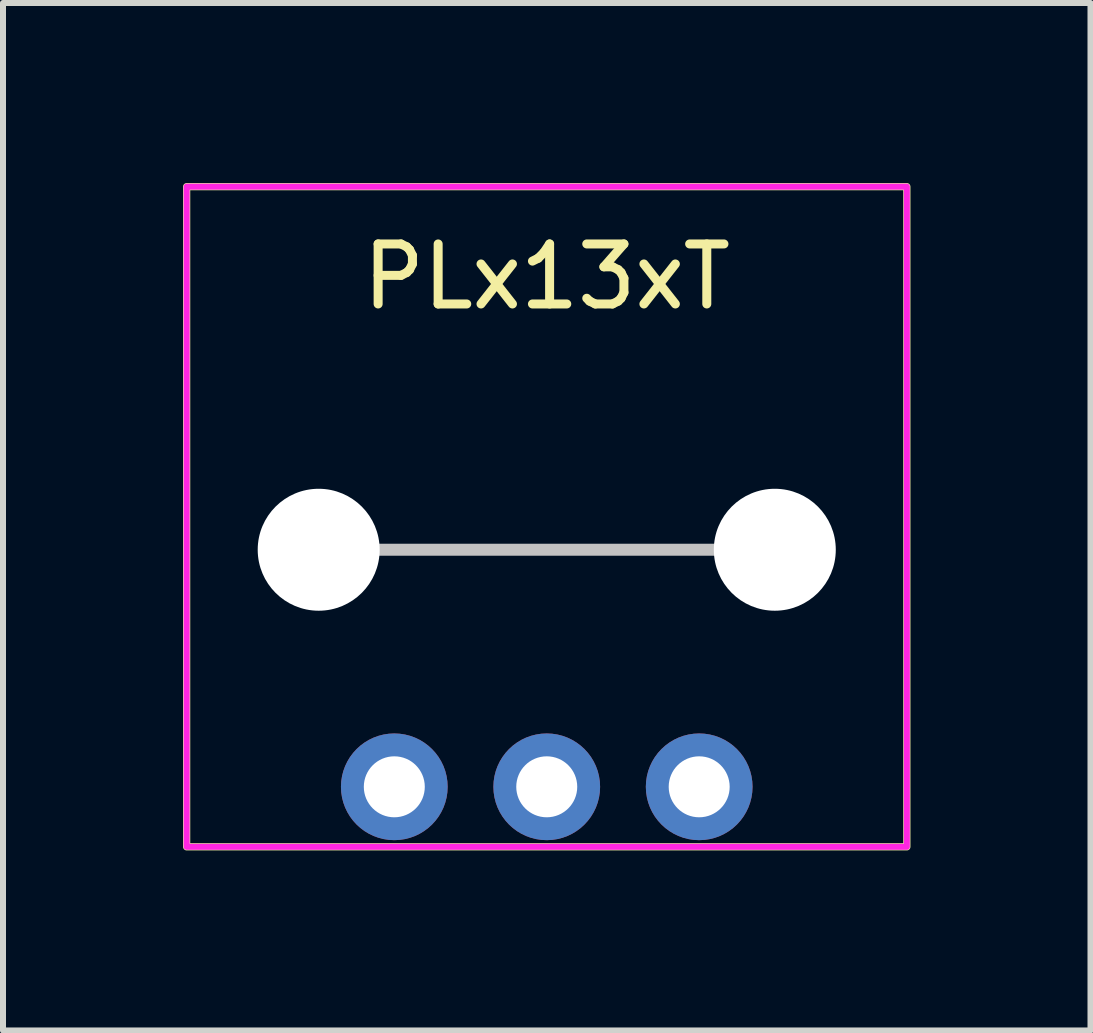
<source format=kicad_pcb>
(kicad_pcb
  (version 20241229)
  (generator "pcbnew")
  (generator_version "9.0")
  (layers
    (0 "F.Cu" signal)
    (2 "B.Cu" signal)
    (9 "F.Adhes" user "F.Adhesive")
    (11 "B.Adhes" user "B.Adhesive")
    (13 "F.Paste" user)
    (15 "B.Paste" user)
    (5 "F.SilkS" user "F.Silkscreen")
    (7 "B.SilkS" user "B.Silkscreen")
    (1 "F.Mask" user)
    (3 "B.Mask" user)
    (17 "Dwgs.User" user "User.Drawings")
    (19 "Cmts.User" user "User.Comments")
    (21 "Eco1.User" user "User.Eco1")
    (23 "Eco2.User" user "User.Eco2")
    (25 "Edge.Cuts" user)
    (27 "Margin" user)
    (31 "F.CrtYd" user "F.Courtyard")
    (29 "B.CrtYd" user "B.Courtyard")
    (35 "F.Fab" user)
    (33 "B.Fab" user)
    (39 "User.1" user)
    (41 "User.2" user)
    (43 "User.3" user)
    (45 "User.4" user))
  (footprint "PLx13xT"
    (layer "F.Cu")
    (at 6.06 10.06)
    (property "Reference" "PLx13xT" (at 0 -8.5 0) (unlocked yes) (layer "F.SilkS") (effects (font (size 1 1) (thickness 0.15))))
    (attr through_hole)
    (fp_rect (start -6 -10) (end 6 1) (stroke (width 0.12) (type default)) (fill no) (layer "F.SilkS"))
    (fp_line (start -3.81 -3.95) (end 3.81 -3.95) (stroke (width 0.2) (type default)) (layer "Dwgs.User"))
    (fp_rect (start -6 -10) (end 6 1) (stroke (width 0.1) (type solid)) (fill no) (layer "F.CrtYd"))
    (pad "" np_thru_hole circle (at -3.8 -3.95) (size 2.032 2.032) (drill 3.2) (layers "*.Cu" "*.Mask"))
    (pad "" np_thru_hole circle (at 3.8 -3.95) (size 2.032 2.032) (drill 3.2) (layers "*.Cu" "*.Mask"))
    (pad "1" thru_hole circle (at -2.54 0) (size 1.778 1.778) (drill 1.016) (layers "*.Cu" "*.Mask"))
    (pad "2" thru_hole circle (at 0 0) (size 1.778 1.778) (drill 1.016) (layers "*.Cu" "*.Mask"))
    (pad "3" thru_hole circle (at 2.54 0) (size 1.778 1.778) (drill 1.016) (layers "*.Cu" "*.Mask")))
  (gr_rect
    (start -3 -3)
    (end 15.12 14.12)
    (stroke (width 0.1) (type default))
    (fill no)
    (layer "Edge.Cuts")))
</source>
